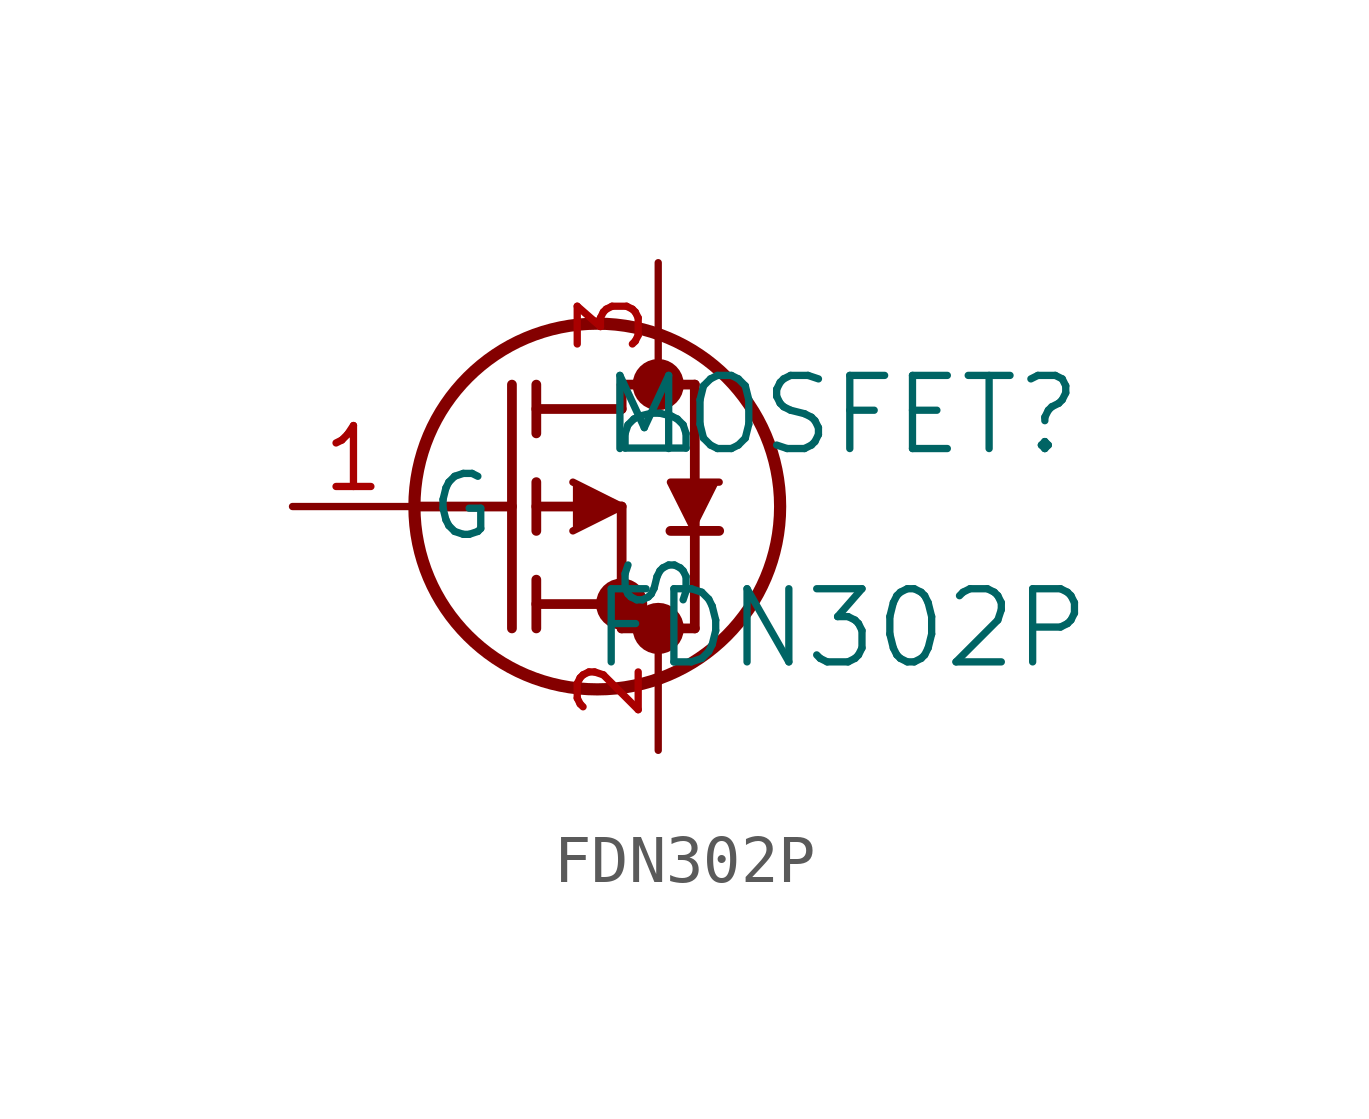
<source format=kicad_sym>
(kicad_symbol_lib
  (version 20211014)
  (generator kicad_symbol_editor)
  (symbol "FDN302P"
    (pin_names
      (offset 0.254))
    (property "Reference" "MOSFET"
      (at 11.43 1.905 0)
      (effects (font (size 1.524 1.524))))
    (property "Value" "FDN302P"
      (at 11.43 -2.54 0)
      (effects (font (size 1.524 1.524))))
    (symbol "FDN302P_0_1"
      (circle (center 7.62 2.54) (radius 0.025) (stroke (width 0.508) (type default) (color 0 0 0 0)) (fill (type none)))
      (circle (center 7.62 -2.54) (radius 0.025) (stroke (width 0.508) (type default) (color 0 0 0 0)) (fill (type none)))
      (circle (center 6.858 -2.032) (radius 0.025) (stroke (width 0.508) (type default) (color 0 0 0 0)) (fill (type none)))
      (circle (center 6.35 0) (radius 3.81) (stroke (width 0.254) (type default) (color 0 0 0 0)) (fill (type none)))
      (polyline (pts (xy 2.54 0) (xy 4.572 0)) (stroke (width 0.203) (type default) (color 0 0 0 0)) (fill (type none)))
      (polyline (pts (xy 4.572 -2.54) (xy 4.572 2.54)) (stroke (width 0.203) (type default) (color 0 0 0 0)) (fill (type none)))
      (polyline (pts (xy 5.08 -0.508) (xy 5.08 0.508)) (stroke (width 0.203) (type default) (color 0 0 0 0)) (fill (type none)))
      (polyline (pts (xy 5.08 -2.54) (xy 5.08 -1.524)) (stroke (width 0.203) (type default) (color 0 0 0 0)) (fill (type none)))
      (polyline (pts (xy 5.08 1.524) (xy 5.08 2.54)) (stroke (width 0.203) (type default) (color 0 0 0 0)) (fill (type none)))
      (polyline (pts (xy 5.08 0) (xy 6.858 0)) (stroke (width 0.203) (type default) (color 0 0 0 0)) (fill (type none)))
      (polyline (pts (xy 5.08 -2.032) (xy 6.858 -2.032)) (stroke (width 0.203) (type default) (color 0 0 0 0)) (fill (type none)))
      (polyline (pts (xy 6.858 -2.54) (xy 6.858 0)) (stroke (width 0.203) (type default) (color 0 0 0 0)) (fill (type none)))
      (polyline (pts (xy 6.858 -2.54) (xy 8.382 -2.54)) (stroke (width 0.203) (type default) (color 0 0 0 0)) (fill (type none)))
      (polyline (pts (xy 5.08 2.032) (xy 6.858 2.032)) (stroke (width 0.203) (type default) (color 0 0 0 0)) (fill (type none)))
      (polyline (pts (xy 8.382 -2.54) (xy 8.382 2.54)) (stroke (width 0.203) (type default) (color 0 0 0 0)) (fill (type none)))
      (polyline (pts (xy 5.842 0.508) (xy 6.858 0) (xy 5.842 -0.508)) (stroke (width 0) (type default) (color 0 0 0 0)) (fill (type outline)))
      (polyline (pts (xy 8.89 -0.508) (xy 7.874 -0.508)) (stroke (width 0.203) (type default) (color 0 0 0 0)) (fill (type none)))
      (polyline (pts (xy 8.89 0.508) (xy 7.874 0.508) (xy 8.382 -0.508)) (stroke (width 0) (type default) (color 0 0 0 0)) (fill (type outline)))
      (polyline (pts (xy 6.858 2.54) (xy 8.382 2.54)) (stroke (width 0.203) (type default) (color 0 0 0 0)) (fill (type none)))
      (polyline (pts (xy 6.858 2.032) (xy 6.858 2.54)) (stroke (width 0.203) (type default) (color 0 0 0 0)) (fill (type none)))
      (pin unspecified line (at 0 0 0) (length 2.54) (name "G" (effects (font (size 1.27 1.27)))) (number "1" (effects (font (size 1.27 1.27)))))
      (pin unspecified line (at 7.62 -5.08 90) (length 2.54) (name "S" (effects (font (size 1.27 1.27)))) (number "2" (effects (font (size 1.27 1.27)))))
      (pin unspecified line (at 7.62 5.08 270) (length 2.54) (name "D" (effects (font (size 1.27 1.27)))) (number "3" (effects (font (size 1.27 1.27))))))))
</source>
